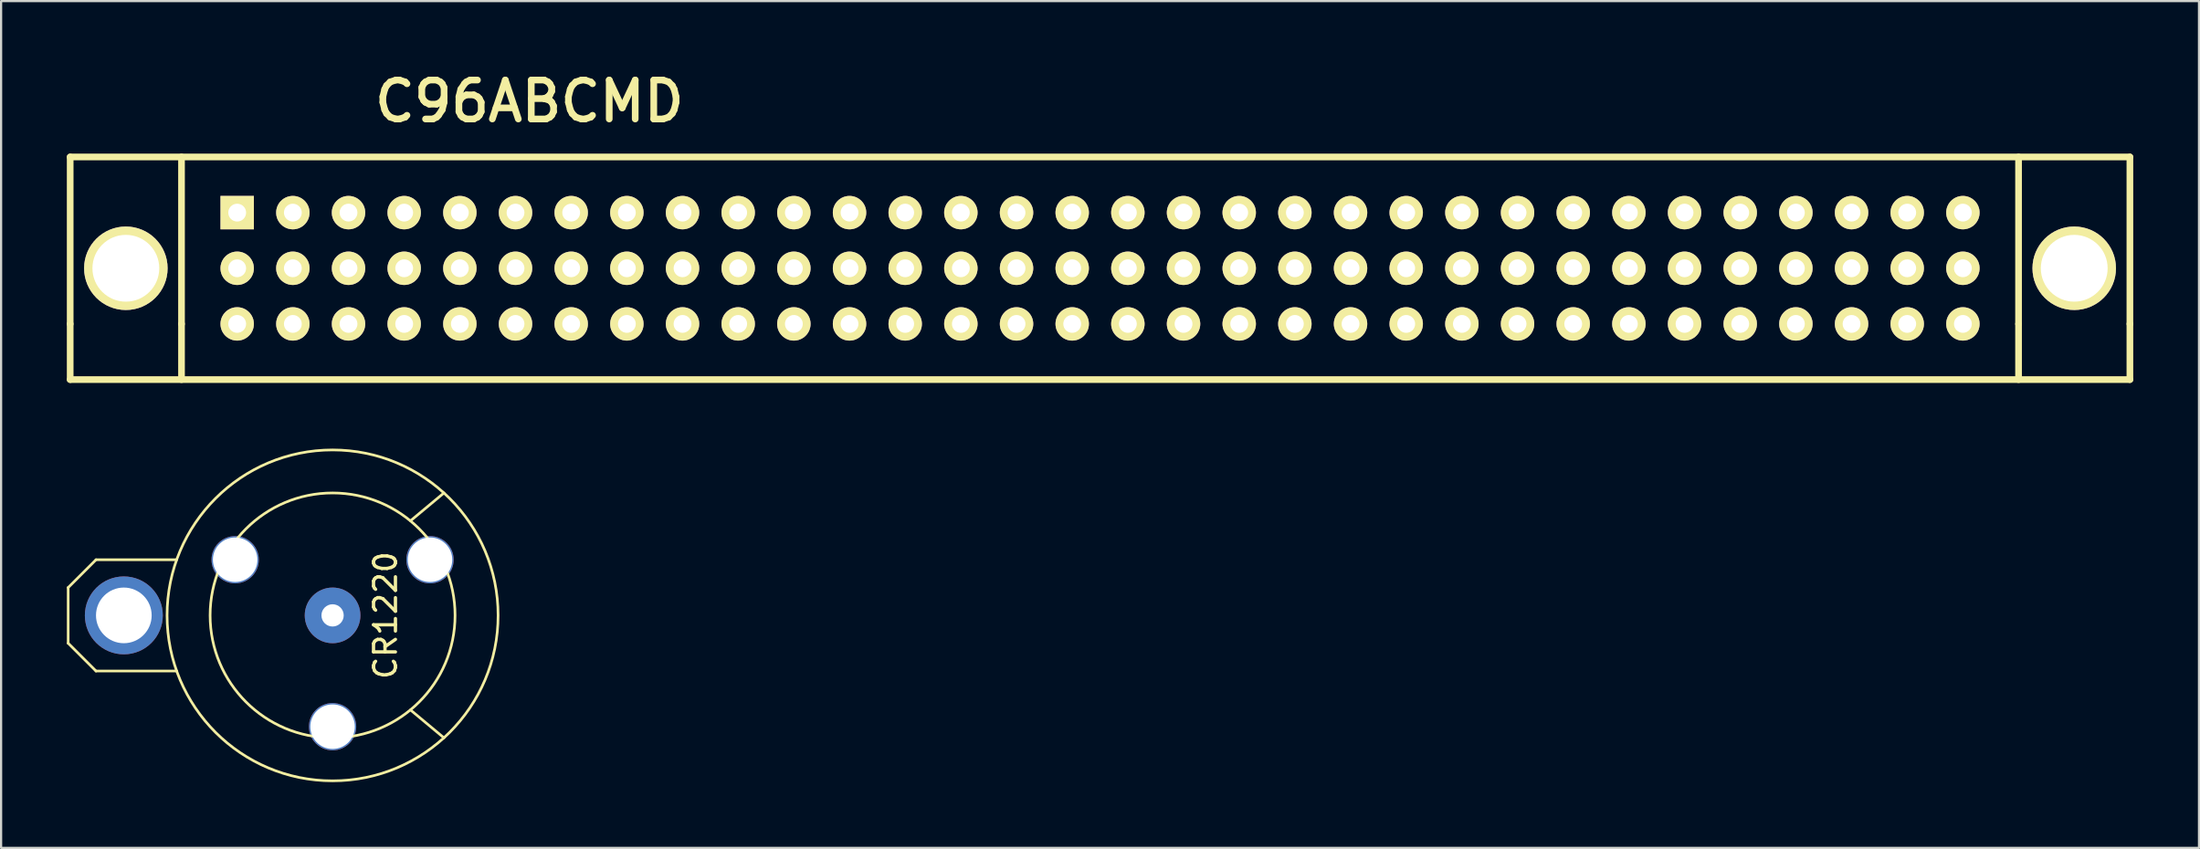
<source format=kicad_pcb>
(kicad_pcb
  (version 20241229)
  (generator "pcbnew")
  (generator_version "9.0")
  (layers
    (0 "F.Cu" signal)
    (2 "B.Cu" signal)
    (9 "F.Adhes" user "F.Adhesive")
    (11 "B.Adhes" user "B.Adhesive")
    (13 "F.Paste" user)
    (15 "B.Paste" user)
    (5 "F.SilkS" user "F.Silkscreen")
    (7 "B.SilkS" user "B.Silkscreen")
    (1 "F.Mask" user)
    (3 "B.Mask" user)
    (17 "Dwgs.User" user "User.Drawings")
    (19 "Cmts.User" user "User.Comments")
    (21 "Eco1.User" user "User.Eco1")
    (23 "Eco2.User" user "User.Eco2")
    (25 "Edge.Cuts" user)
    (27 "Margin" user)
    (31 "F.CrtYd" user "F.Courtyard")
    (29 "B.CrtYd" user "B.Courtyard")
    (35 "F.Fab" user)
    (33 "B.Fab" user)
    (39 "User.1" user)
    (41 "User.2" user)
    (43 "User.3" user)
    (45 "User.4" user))
  (footprint "C96ABCMD"
    (layer "F.Cu")
    (at 47.142 9.195)
    (property "Reference" "C96ABCMD" (at -26.035 -7.62 0) (layer "F.SilkS") (effects (font (size 1.778 1.778) (thickness 0.305))))
    (attr through_hole)
    (fp_line (start -46.99 -5.08) (end 46.99 -5.08) (stroke (width 0.305) (type solid)) (layer "F.SilkS"))
    (fp_line (start -46.99 2.54) (end -46.99 -5.08) (stroke (width 0.305) (type solid)) (layer "F.SilkS"))
    (fp_line (start -46.99 2.54) (end -46.99 5.08) (stroke (width 0.305) (type solid)) (layer "F.SilkS"))
    (fp_line (start -46.99 5.08) (end 46.99 5.08) (stroke (width 0.305) (type solid)) (layer "F.SilkS"))
    (fp_line (start -41.91 2.54) (end -41.91 -5.08) (stroke (width 0.305) (type solid)) (layer "F.SilkS"))
    (fp_line (start -41.91 2.54) (end -41.91 5.08) (stroke (width 0.305) (type solid)) (layer "F.SilkS"))
    (fp_line (start 41.91 2.54) (end 41.91 -5.08) (stroke (width 0.305) (type solid)) (layer "F.SilkS"))
    (fp_line (start 41.91 5.08) (end 41.91 2.54) (stroke (width 0.305) (type solid)) (layer "F.SilkS"))
    (fp_line (start 46.99 -5.08) (end 46.99 2.54) (stroke (width 0.305) (type solid)) (layer "F.SilkS"))
    (fp_line (start 46.99 5.08) (end 46.99 2.54) (stroke (width 0.305) (type solid)) (layer "F.SilkS"))
    (pad "65" thru_hole circle (at -44.45 0) (size 3.81 3.81) (drill 3.048) (layers "*.Cu" "*.Mask" "F.SilkS"))
    (pad "66" thru_hole circle (at 44.45 0) (size 3.81 3.81) (drill 3.048) (layers "*.Cu" "*.Mask" "F.SilkS"))
    (pad "A1" thru_hole rect (at -39.37 -2.54) (size 1.524 1.524) (drill 0.813) (layers "*.Cu" "*.Mask" "F.SilkS"))
    (pad "A2" thru_hole circle (at -36.83 -2.54) (size 1.524 1.524) (drill 0.813) (layers "*.Cu" "*.Mask" "F.SilkS"))
    (pad "A3" thru_hole circle (at -34.29 -2.54) (size 1.524 1.524) (drill 0.813) (layers "*.Cu" "*.Mask" "F.SilkS"))
    (pad "A4" thru_hole circle (at -31.75 -2.54) (size 1.524 1.524) (drill 0.813) (layers "*.Cu" "*.Mask" "F.SilkS"))
    (pad "A5" thru_hole circle (at -29.21 -2.54) (size 1.524 1.524) (drill 0.813) (layers "*.Cu" "*.Mask" "F.SilkS"))
    (pad "A6" thru_hole circle (at -26.67 -2.54) (size 1.524 1.524) (drill 0.813) (layers "*.Cu" "*.Mask" "F.SilkS"))
    (pad "A7" thru_hole circle (at -24.13 -2.54) (size 1.524 1.524) (drill 0.813) (layers "*.Cu" "*.Mask" "F.SilkS"))
    (pad "A8" thru_hole circle (at -21.59 -2.54) (size 1.524 1.524) (drill 0.813) (layers "*.Cu" "*.Mask" "F.SilkS"))
    (pad "A9" thru_hole circle (at -19.05 -2.54) (size 1.524 1.524) (drill 0.813) (layers "*.Cu" "*.Mask" "F.SilkS"))
    (pad "A10" thru_hole circle (at -16.51 -2.54) (size 1.524 1.524) (drill 0.813) (layers "*.Cu" "*.Mask" "F.SilkS"))
    (pad "A11" thru_hole circle (at -13.97 -2.54) (size 1.524 1.524) (drill 0.813) (layers "*.Cu" "*.Mask" "F.SilkS"))
    (pad "A12" thru_hole circle (at -11.43 -2.54) (size 1.524 1.524) (drill 0.813) (layers "*.Cu" "*.Mask" "F.SilkS"))
    (pad "A13" thru_hole circle (at -8.89 -2.54) (size 1.524 1.524) (drill 0.813) (layers "*.Cu" "*.Mask" "F.SilkS"))
    (pad "A14" thru_hole circle (at -6.35 -2.54) (size 1.524 1.524) (drill 0.813) (layers "*.Cu" "*.Mask" "F.SilkS"))
    (pad "A15" thru_hole circle (at -3.81 -2.54) (size 1.524 1.524) (drill 0.813) (layers "*.Cu" "*.Mask" "F.SilkS"))
    (pad "A16" thru_hole circle (at -1.27 -2.54) (size 1.524 1.524) (drill 0.813) (layers "*.Cu" "*.Mask" "F.SilkS"))
    (pad "A17" thru_hole circle (at 1.27 -2.54) (size 1.524 1.524) (drill 0.813) (layers "*.Cu" "*.Mask" "F.SilkS"))
    (pad "A18" thru_hole circle (at 3.81 -2.54) (size 1.524 1.524) (drill 0.813) (layers "*.Cu" "*.Mask" "F.SilkS"))
    (pad "A19" thru_hole circle (at 6.35 -2.54) (size 1.524 1.524) (drill 0.813) (layers "*.Cu" "*.Mask" "F.SilkS"))
    (pad "A20" thru_hole circle (at 8.89 -2.54) (size 1.524 1.524) (drill 0.813) (layers "*.Cu" "*.Mask" "F.SilkS"))
    (pad "A21" thru_hole circle (at 11.43 -2.54) (size 1.524 1.524) (drill 0.813) (layers "*.Cu" "*.Mask" "F.SilkS"))
    (pad "A22" thru_hole circle (at 13.97 -2.54) (size 1.524 1.524) (drill 0.813) (layers "*.Cu" "*.Mask" "F.SilkS"))
    (pad "A23" thru_hole circle (at 16.51 -2.54) (size 1.524 1.524) (drill 0.813) (layers "*.Cu" "*.Mask" "F.SilkS"))
    (pad "A24" thru_hole circle (at 19.05 -2.54) (size 1.524 1.524) (drill 0.813) (layers "*.Cu" "*.Mask" "F.SilkS"))
    (pad "A25" thru_hole circle (at 21.59 -2.54) (size 1.524 1.524) (drill 0.813) (layers "*.Cu" "*.Mask" "F.SilkS"))
    (pad "A26" thru_hole circle (at 24.13 -2.54) (size 1.524 1.524) (drill 0.813) (layers "*.Cu" "*.Mask" "F.SilkS"))
    (pad "A27" thru_hole circle (at 26.67 -2.54) (size 1.524 1.524) (drill 0.813) (layers "*.Cu" "*.Mask" "F.SilkS"))
    (pad "A28" thru_hole circle (at 29.21 -2.54) (size 1.524 1.524) (drill 0.813) (layers "*.Cu" "*.Mask" "F.SilkS"))
    (pad "A29" thru_hole circle (at 31.75 -2.54) (size 1.524 1.524) (drill 0.813) (layers "*.Cu" "*.Mask" "F.SilkS"))
    (pad "A30" thru_hole circle (at 34.29 -2.54) (size 1.524 1.524) (drill 0.813) (layers "*.Cu" "*.Mask" "F.SilkS"))
    (pad "A31" thru_hole circle (at 36.83 -2.54) (size 1.524 1.524) (drill 0.813) (layers "*.Cu" "*.Mask" "F.SilkS"))
    (pad "A32" thru_hole circle (at 39.37 -2.54) (size 1.524 1.524) (drill 0.813) (layers "*.Cu" "*.Mask" "F.SilkS"))
    (pad "B1" thru_hole circle (at -39.37 0) (size 1.524 1.524) (drill 0.813) (layers "*.Cu" "*.Mask" "F.SilkS"))
    (pad "B2" thru_hole circle (at -36.83 0) (size 1.524 1.524) (drill 0.813) (layers "*.Cu" "*.Mask" "F.SilkS"))
    (pad "B3" thru_hole circle (at -34.29 0) (size 1.524 1.524) (drill 0.813) (layers "*.Cu" "*.Mask" "F.SilkS"))
    (pad "B4" thru_hole circle (at -31.75 0) (size 1.524 1.524) (drill 0.813) (layers "*.Cu" "*.Mask" "F.SilkS"))
    (pad "B5" thru_hole circle (at -29.21 0) (size 1.524 1.524) (drill 0.813) (layers "*.Cu" "*.Mask" "F.SilkS"))
    (pad "B6" thru_hole circle (at -26.67 0) (size 1.524 1.524) (drill 0.813) (layers "*.Cu" "*.Mask" "F.SilkS"))
    (pad "B7" thru_hole circle (at -24.13 0) (size 1.524 1.524) (drill 0.813) (layers "*.Cu" "*.Mask" "F.SilkS"))
    (pad "B8" thru_hole circle (at -21.59 0) (size 1.524 1.524) (drill 0.813) (layers "*.Cu" "*.Mask" "F.SilkS"))
    (pad "B9" thru_hole circle (at -19.05 0) (size 1.524 1.524) (drill 0.813) (layers "*.Cu" "*.Mask" "F.SilkS"))
    (pad "B10" thru_hole circle (at -16.51 0) (size 1.524 1.524) (drill 0.813) (layers "*.Cu" "*.Mask" "F.SilkS"))
    (pad "B11" thru_hole circle (at -13.97 0) (size 1.524 1.524) (drill 0.813) (layers "*.Cu" "*.Mask" "F.SilkS"))
    (pad "B12" thru_hole circle (at -11.43 0) (size 1.524 1.524) (drill 0.813) (layers "*.Cu" "*.Mask" "F.SilkS"))
    (pad "B13" thru_hole circle (at -8.89 0) (size 1.524 1.524) (drill 0.813) (layers "*.Cu" "*.Mask" "F.SilkS"))
    (pad "B14" thru_hole circle (at -6.35 0) (size 1.524 1.524) (drill 0.813) (layers "*.Cu" "*.Mask" "F.SilkS"))
    (pad "B15" thru_hole circle (at -3.81 0) (size 1.524 1.524) (drill 0.813) (layers "*.Cu" "*.Mask" "F.SilkS"))
    (pad "B16" thru_hole circle (at -1.27 0) (size 1.524 1.524) (drill 0.813) (layers "*.Cu" "*.Mask" "F.SilkS"))
    (pad "B17" thru_hole circle (at 1.27 0) (size 1.524 1.524) (drill 0.813) (layers "*.Cu" "*.Mask" "F.SilkS"))
    (pad "B18" thru_hole circle (at 3.81 0) (size 1.524 1.524) (drill 0.813) (layers "*.Cu" "*.Mask" "F.SilkS"))
    (pad "B19" thru_hole circle (at 6.35 0) (size 1.524 1.524) (drill 0.813) (layers "*.Cu" "*.Mask" "F.SilkS"))
    (pad "B20" thru_hole circle (at 8.89 0) (size 1.524 1.524) (drill 0.813) (layers "*.Cu" "*.Mask" "F.SilkS"))
    (pad "B21" thru_hole circle (at 11.43 0) (size 1.524 1.524) (drill 0.813) (layers "*.Cu" "*.Mask" "F.SilkS"))
    (pad "B22" thru_hole circle (at 13.97 0) (size 1.524 1.524) (drill 0.813) (layers "*.Cu" "*.Mask" "F.SilkS"))
    (pad "B23" thru_hole circle (at 16.51 0) (size 1.524 1.524) (drill 0.813) (layers "*.Cu" "*.Mask" "F.SilkS"))
    (pad "B24" thru_hole circle (at 19.05 0) (size 1.524 1.524) (drill 0.813) (layers "*.Cu" "*.Mask" "F.SilkS"))
    (pad "B25" thru_hole circle (at 21.59 0) (size 1.524 1.524) (drill 0.813) (layers "*.Cu" "*.Mask" "F.SilkS"))
    (pad "B26" thru_hole circle (at 24.13 0) (size 1.524 1.524) (drill 0.813) (layers "*.Cu" "*.Mask" "F.SilkS"))
    (pad "B27" thru_hole circle (at 26.67 0) (size 1.524 1.524) (drill 0.813) (layers "*.Cu" "*.Mask" "F.SilkS"))
    (pad "B28" thru_hole circle (at 29.21 0) (size 1.524 1.524) (drill 0.813) (layers "*.Cu" "*.Mask" "F.SilkS"))
    (pad "B29" thru_hole circle (at 31.75 0) (size 1.524 1.524) (drill 0.813) (layers "*.Cu" "*.Mask" "F.SilkS"))
    (pad "B30" thru_hole circle (at 34.29 0) (size 1.524 1.524) (drill 0.813) (layers "*.Cu" "*.Mask" "F.SilkS"))
    (pad "B31" thru_hole circle (at 36.83 0) (size 1.524 1.524) (drill 0.813) (layers "*.Cu" "*.Mask" "F.SilkS"))
    (pad "B32" thru_hole circle (at 39.37 0) (size 1.524 1.524) (drill 0.813) (layers "*.Cu" "*.Mask" "F.SilkS"))
    (pad "C1" thru_hole circle (at -39.37 2.54) (size 1.524 1.524) (drill 0.813) (layers "*.Cu" "*.Mask" "F.SilkS"))
    (pad "C2" thru_hole circle (at -36.83 2.54) (size 1.524 1.524) (drill 0.813) (layers "*.Cu" "*.Mask" "F.SilkS"))
    (pad "C3" thru_hole circle (at -34.29 2.54) (size 1.524 1.524) (drill 0.813) (layers "*.Cu" "*.Mask" "F.SilkS"))
    (pad "C4" thru_hole circle (at -31.75 2.54) (size 1.524 1.524) (drill 0.813) (layers "*.Cu" "*.Mask" "F.SilkS"))
    (pad "C5" thru_hole circle (at -29.21 2.54) (size 1.524 1.524) (drill 0.813) (layers "*.Cu" "*.Mask" "F.SilkS"))
    (pad "C6" thru_hole circle (at -26.67 2.54) (size 1.524 1.524) (drill 0.813) (layers "*.Cu" "*.Mask" "F.SilkS"))
    (pad "C7" thru_hole circle (at -24.13 2.54) (size 1.524 1.524) (drill 0.813) (layers "*.Cu" "*.Mask" "F.SilkS"))
    (pad "C8" thru_hole circle (at -21.59 2.54) (size 1.524 1.524) (drill 0.813) (layers "*.Cu" "*.Mask" "F.SilkS"))
    (pad "C9" thru_hole circle (at -19.05 2.54) (size 1.524 1.524) (drill 0.813) (layers "*.Cu" "*.Mask" "F.SilkS"))
    (pad "C10" thru_hole circle (at -16.51 2.54) (size 1.524 1.524) (drill 0.813) (layers "*.Cu" "*.Mask" "F.SilkS"))
    (pad "C11" thru_hole circle (at -13.97 2.54) (size 1.524 1.524) (drill 0.813) (layers "*.Cu" "*.Mask" "F.SilkS"))
    (pad "C12" thru_hole circle (at -11.43 2.54) (size 1.524 1.524) (drill 0.813) (layers "*.Cu" "*.Mask" "F.SilkS"))
    (pad "C13" thru_hole circle (at -8.89 2.54) (size 1.524 1.524) (drill 0.813) (layers "*.Cu" "*.Mask" "F.SilkS"))
    (pad "C14" thru_hole circle (at -6.35 2.54) (size 1.524 1.524) (drill 0.813) (layers "*.Cu" "*.Mask" "F.SilkS"))
    (pad "C15" thru_hole circle (at -3.81 2.54) (size 1.524 1.524) (drill 0.813) (layers "*.Cu" "*.Mask" "F.SilkS"))
    (pad "C16" thru_hole circle (at -1.27 2.54) (size 1.524 1.524) (drill 0.813) (layers "*.Cu" "*.Mask" "F.SilkS"))
    (pad "C17" thru_hole circle (at 1.27 2.54) (size 1.524 1.524) (drill 0.813) (layers "*.Cu" "*.Mask" "F.SilkS"))
    (pad "C18" thru_hole circle (at 3.81 2.54) (size 1.524 1.524) (drill 0.813) (layers "*.Cu" "*.Mask" "F.SilkS"))
    (pad "C19" thru_hole circle (at 6.35 2.54) (size 1.524 1.524) (drill 0.813) (layers "*.Cu" "*.Mask" "F.SilkS"))
    (pad "C20" thru_hole circle (at 8.89 2.54) (size 1.524 1.524) (drill 0.813) (layers "*.Cu" "*.Mask" "F.SilkS"))
    (pad "C21" thru_hole circle (at 11.43 2.54) (size 1.524 1.524) (drill 0.813) (layers "*.Cu" "*.Mask" "F.SilkS"))
    (pad "C22" thru_hole circle (at 13.97 2.54) (size 1.524 1.524) (drill 0.813) (layers "*.Cu" "*.Mask" "F.SilkS"))
    (pad "C23" thru_hole circle (at 16.51 2.54) (size 1.524 1.524) (drill 0.813) (layers "*.Cu" "*.Mask" "F.SilkS"))
    (pad "C24" thru_hole circle (at 19.05 2.54) (size 1.524 1.524) (drill 0.813) (layers "*.Cu" "*.Mask" "F.SilkS"))
    (pad "C25" thru_hole circle (at 21.59 2.54) (size 1.524 1.524) (drill 0.813) (layers "*.Cu" "*.Mask" "F.SilkS"))
    (pad "C26" thru_hole circle (at 24.13 2.54) (size 1.524 1.524) (drill 0.813) (layers "*.Cu" "*.Mask" "F.SilkS"))
    (pad "C27" thru_hole circle (at 26.67 2.54) (size 1.524 1.524) (drill 0.813) (layers "*.Cu" "*.Mask" "F.SilkS"))
    (pad "C28" thru_hole circle (at 29.21 2.54) (size 1.524 1.524) (drill 0.813) (layers "*.Cu" "*.Mask" "F.SilkS"))
    (pad "C29" thru_hole circle (at 31.75 2.54) (size 1.524 1.524) (drill 0.813) (layers "*.Cu" "*.Mask" "F.SilkS"))
    (pad "C30" thru_hole circle (at 34.29 2.54) (size 1.524 1.524) (drill 0.813) (layers "*.Cu" "*.Mask" "F.SilkS"))
    (pad "C31" thru_hole circle (at 36.83 2.54) (size 1.524 1.524) (drill 0.813) (layers "*.Cu" "*.Mask" "F.SilkS"))
    (pad "C32" thru_hole circle (at 39.37 2.54) (size 1.524 1.524) (drill 0.813) (layers "*.Cu" "*.Mask" "F.SilkS")))
  (footprint "CR1220"
    (layer "F.Cu")
    (at 7.68 25.039)
    (property "Reference" "CR1220" (at 6.858 0 90) (layer "F.SilkS") (effects (font (size 1 1) (thickness 0.15))))
    (attr through_hole)
    (fp_line (start -7.62 -1.27) (end -6.35 -2.54) (stroke (width 0.12) (type solid)) (layer "F.SilkS"))
    (fp_line (start -7.62 1.27) (end -7.62 -1.27) (stroke (width 0.12) (type solid)) (layer "F.SilkS"))
    (fp_line (start -6.35 -2.54) (end -2.667 -2.54) (stroke (width 0.12) (type solid)) (layer "F.SilkS"))
    (fp_line (start -6.35 2.54) (end -7.62 1.27) (stroke (width 0.12) (type solid)) (layer "F.SilkS"))
    (fp_line (start -6.35 2.54) (end -2.667 2.54) (stroke (width 0.12) (type solid)) (layer "F.SilkS"))
    (fp_line (start 8.001 -4.318) (end 9.525 -5.588) (stroke (width 0.12) (type solid)) (layer "F.SilkS"))
    (fp_line (start 8.001 4.318) (end 9.525 5.588) (stroke (width 0.12) (type solid)) (layer "F.SilkS"))
    (fp_circle (center 4.445 0) (end -2.667 2.54) (stroke (width 0.12) (type solid)) (fill no) (layer "F.SilkS"))
    (fp_circle (center 4.445 0) (end -1.143 0) (stroke (width 0.12) (type solid)) (fill no) (layer "F.SilkS"))
    (pad "" thru_hole circle (at 0 -2.54) (size 2.159 2.159) (drill 2.032) (layers "*.Cu" "*.Mask"))
    (pad "" thru_hole circle (at 4.445 5.08) (size 2.159 2.159) (drill 2.032) (layers "*.Cu" "*.Mask"))
    (pad "" thru_hole circle (at 8.89 -2.54) (size 2.159 2.159) (drill 2.032) (layers "*.Cu" "*.Mask"))
    (pad "1" thru_hole circle (at -5.08 0) (size 3.556 3.556) (drill 2.54) (layers "*.Cu" "*.Mask"))
    (pad "2" thru_hole circle (at 4.445 0) (size 2.54 2.54) (drill 1.016) (layers "*.Cu" "*.Mask")))
  (gr_rect
    (start -3 -3)
    (end 97.285 35.651)
    (stroke (width 0.1) (type default))
    (fill no)
    (layer "Edge.Cuts")))
</source>
